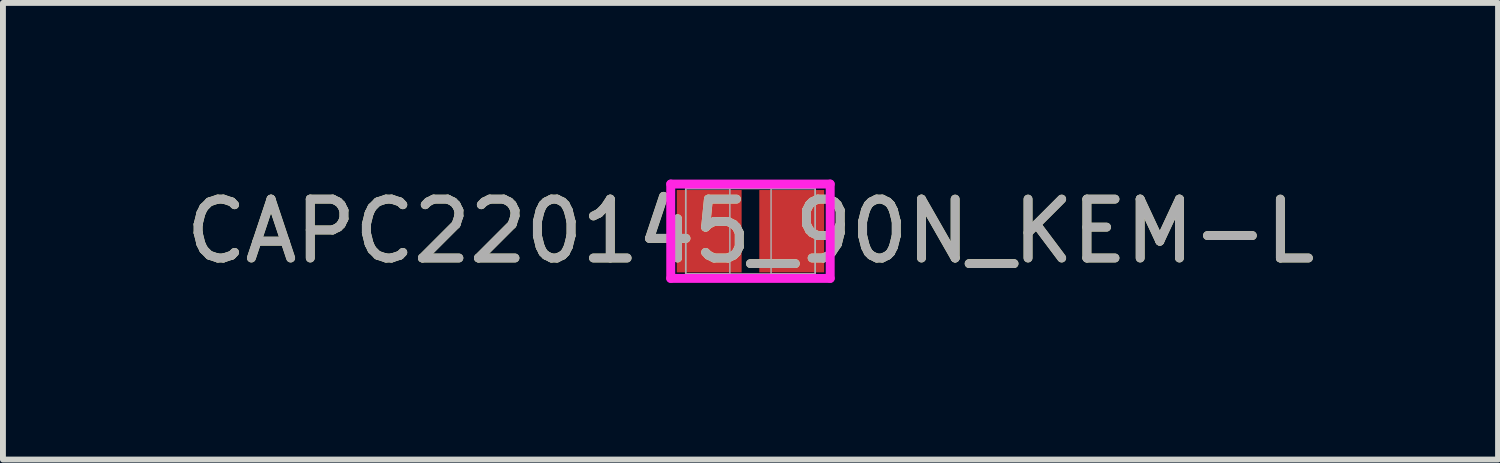
<source format=kicad_pcb>
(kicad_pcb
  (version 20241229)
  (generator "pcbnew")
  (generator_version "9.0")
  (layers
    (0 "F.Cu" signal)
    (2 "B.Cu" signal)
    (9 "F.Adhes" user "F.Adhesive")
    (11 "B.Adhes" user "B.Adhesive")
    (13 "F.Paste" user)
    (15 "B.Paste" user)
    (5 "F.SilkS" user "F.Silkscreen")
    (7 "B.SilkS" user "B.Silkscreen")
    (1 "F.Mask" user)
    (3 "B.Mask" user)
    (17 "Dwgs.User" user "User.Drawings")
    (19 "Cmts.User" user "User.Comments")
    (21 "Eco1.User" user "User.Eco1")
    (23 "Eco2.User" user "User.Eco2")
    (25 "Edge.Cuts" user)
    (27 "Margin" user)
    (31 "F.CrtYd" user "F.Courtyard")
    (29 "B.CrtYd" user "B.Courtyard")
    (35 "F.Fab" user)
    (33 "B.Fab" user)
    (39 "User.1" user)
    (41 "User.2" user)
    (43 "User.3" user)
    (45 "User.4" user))
  (footprint "CAPC220145_90N_KEM-L"
    (layer "F.Cu")
    (at 9.696 0.877)
    (property "Reference" "CAPC220145_90N_KEM-L" (at 0 0 0) (unlocked yes) (layer "F.SilkS") (effects (font (size 1 1) (thickness 0.15))))
    (attr smd)
    (fp_line (start -1.354 -0.801) (end 1.354 -0.801) (stroke (width 0.152) (type solid)) (layer "F.CrtYd"))
    (fp_line (start -1.354 0.801) (end -1.354 -0.801) (stroke (width 0.152) (type solid)) (layer "F.CrtYd"))
    (fp_line (start 1.354 -0.801) (end 1.354 0.801) (stroke (width 0.152) (type solid)) (layer "F.CrtYd"))
    (fp_line (start 1.354 0.801) (end -1.354 0.801) (stroke (width 0.152) (type solid)) (layer "F.CrtYd"))
    (fp_line (start -1.1 -0.725) (end -1.1 0.725) (stroke (width 0.025) (type solid)) (layer "F.Fab"))
    (fp_line (start -1.1 -0.725) (end -1.1 0.725) (stroke (width 0.025) (type solid)) (layer "F.Fab"))
    (fp_line (start -1.1 0.725) (end -0.35 0.725) (stroke (width 0.025) (type solid)) (layer "F.Fab"))
    (fp_line (start -1.1 0.725) (end 1.1 0.725) (stroke (width 0.025) (type solid)) (layer "F.Fab"))
    (fp_line (start -0.35 -0.725) (end -1.1 -0.725) (stroke (width 0.025) (type solid)) (layer "F.Fab"))
    (fp_line (start -0.35 0.725) (end -0.35 -0.725) (stroke (width 0.025) (type solid)) (layer "F.Fab"))
    (fp_line (start 0.35 -0.725) (end 0.35 0.725) (stroke (width 0.025) (type solid)) (layer "F.Fab"))
    (fp_line (start 0.35 0.725) (end 1.1 0.725) (stroke (width 0.025) (type solid)) (layer "F.Fab"))
    (fp_line (start 1.1 -0.725) (end -1.1 -0.725) (stroke (width 0.025) (type solid)) (layer "F.Fab"))
    (fp_line (start 1.1 -0.725) (end 0.35 -0.725) (stroke (width 0.025) (type solid)) (layer "F.Fab"))
    (fp_line (start 1.1 0.725) (end 1.1 -0.725) (stroke (width 0.025) (type solid)) (layer "F.Fab"))
    (fp_line (start 1.1 0.725) (end 1.1 -0.725) (stroke (width 0.025) (type solid)) (layer "F.Fab"))
    (fp_text user "${REFERENCE}" (at 0 0 0) (unlocked yes) (layer "F.Fab") (effects (font (size 1 1) (thickness 0.15))))
    (pad "1" smd rect (at -0.701 0) (size 1.102 1.399) (layers "F.Cu" "F.Mask" "F.Paste"))
    (pad "2" smd rect (at 0.701 0) (size 1.102 1.399) (layers "F.Cu" "F.Mask" "F.Paste"))
    (zone (net_name "") (layer "F.Cu") (hatch full 0.508) (connect_pads) (min_thickness 0.254) (filled_areas_thickness no) (keepout (tracks not_allowed) (vias not_allowed) (pads allowed) (copperpour not_allowed) (footprints allowed)) (placement (enabled no)) (fill) (polygon (pts (xy 9.597 0.203) (xy 9.796 0.203) (xy 9.796 1.552) (xy 9.597 1.552)))))
  (gr_rect
    (start -3 -3)
    (end 22.393 4.755)
    (stroke (width 0.1) (type default))
    (fill no)
    (layer "Edge.Cuts")))
</source>
